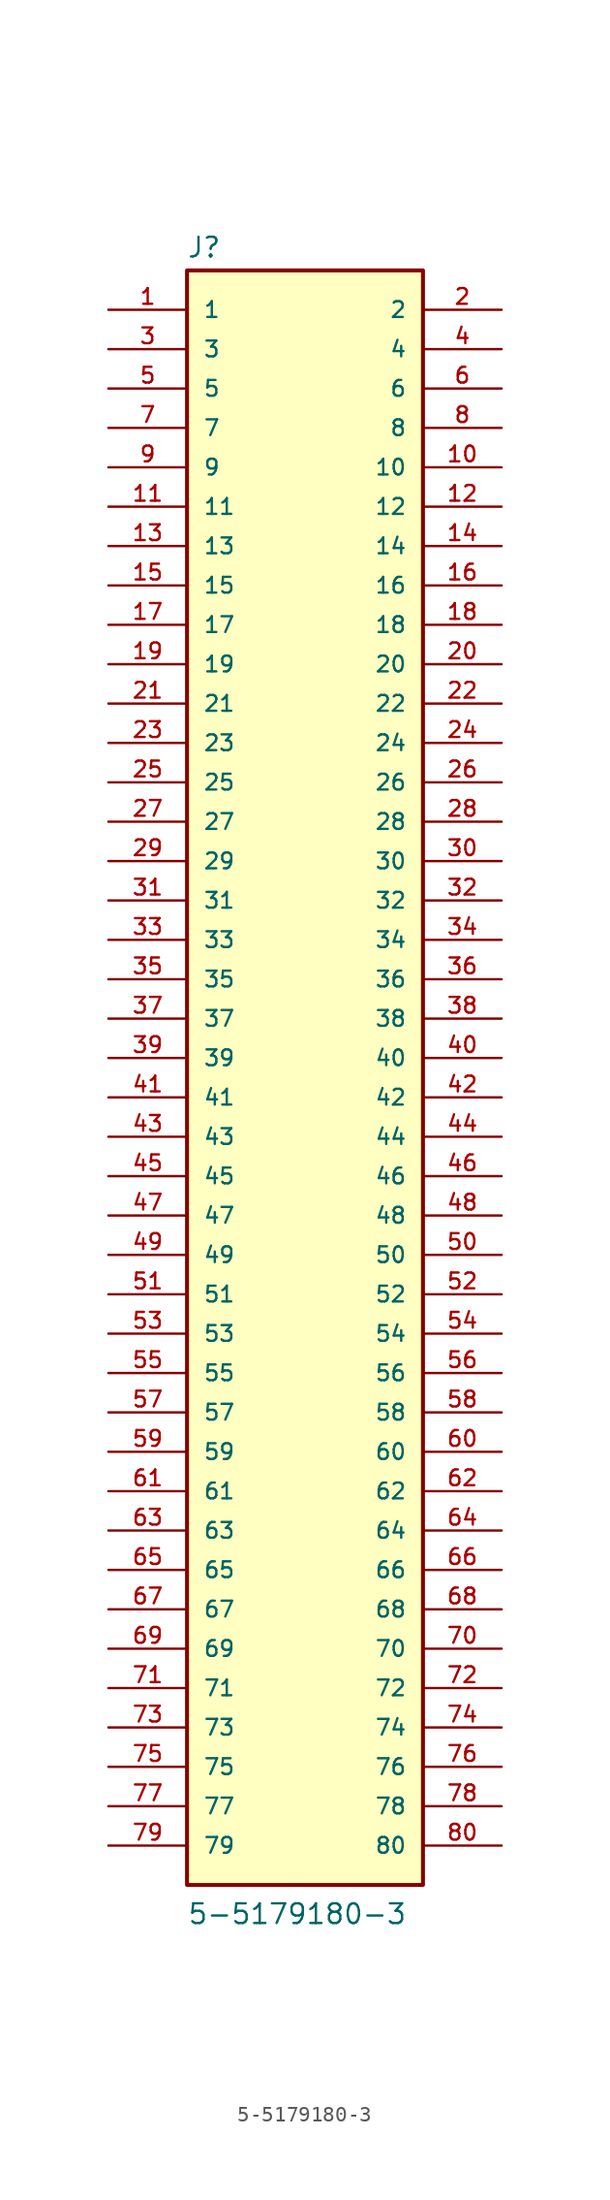
<source format=kicad_sym>
(kicad_symbol_lib
  (version 20211014)
  (generator kicad_symbol_editor)
  (symbol "5-5179180-3"
    (pin_names
      (offset 1.016))
    (property "Reference" "J"
      (at -7.645 54.077 0)
      (effects (font (size 1.27 1.27)) (justify left bottom)))
    (property "Value" "5-5179180-3"
      (at -7.62 -53.416 0)
      (effects (font (size 1.27 1.27)) (justify left bottom)))
    (property "ki_locked" ""
      (at 0 0 0)
      (effects (font (size 1.27 1.27))))
    (symbol "5-5179180-3_0_0"
      (rectangle (start -7.62 -50.8) (end 7.62 53.34) (stroke (width 0.254) (type default) (color 0 0 0 0)) (fill (type background)))
      (pin passive line (at -12.7 50.8 0) (length 5.08) (name "1" (effects (font (size 1.016 1.016)))) (number "1" (effects (font (size 1.016 1.016)))))
      (pin passive line (at 12.7 40.64 180) (length 5.08) (name "10" (effects (font (size 1.016 1.016)))) (number "10" (effects (font (size 1.016 1.016)))))
      (pin passive line (at -12.7 38.1 0) (length 5.08) (name "11" (effects (font (size 1.016 1.016)))) (number "11" (effects (font (size 1.016 1.016)))))
      (pin passive line (at 12.7 38.1 180) (length 5.08) (name "12" (effects (font (size 1.016 1.016)))) (number "12" (effects (font (size 1.016 1.016)))))
      (pin passive line (at -12.7 35.56 0) (length 5.08) (name "13" (effects (font (size 1.016 1.016)))) (number "13" (effects (font (size 1.016 1.016)))))
      (pin passive line (at 12.7 35.56 180) (length 5.08) (name "14" (effects (font (size 1.016 1.016)))) (number "14" (effects (font (size 1.016 1.016)))))
      (pin passive line (at -12.7 33.02 0) (length 5.08) (name "15" (effects (font (size 1.016 1.016)))) (number "15" (effects (font (size 1.016 1.016)))))
      (pin passive line (at 12.7 33.02 180) (length 5.08) (name "16" (effects (font (size 1.016 1.016)))) (number "16" (effects (font (size 1.016 1.016)))))
      (pin passive line (at -12.7 30.48 0) (length 5.08) (name "17" (effects (font (size 1.016 1.016)))) (number "17" (effects (font (size 1.016 1.016)))))
      (pin passive line (at 12.7 30.48 180) (length 5.08) (name "18" (effects (font (size 1.016 1.016)))) (number "18" (effects (font (size 1.016 1.016)))))
      (pin passive line (at -12.7 27.94 0) (length 5.08) (name "19" (effects (font (size 1.016 1.016)))) (number "19" (effects (font (size 1.016 1.016)))))
      (pin passive line (at 12.7 50.8 180) (length 5.08) (name "2" (effects (font (size 1.016 1.016)))) (number "2" (effects (font (size 1.016 1.016)))))
      (pin passive line (at 12.7 27.94 180) (length 5.08) (name "20" (effects (font (size 1.016 1.016)))) (number "20" (effects (font (size 1.016 1.016)))))
      (pin passive line (at -12.7 25.4 0) (length 5.08) (name "21" (effects (font (size 1.016 1.016)))) (number "21" (effects (font (size 1.016 1.016)))))
      (pin passive line (at 12.7 25.4 180) (length 5.08) (name "22" (effects (font (size 1.016 1.016)))) (number "22" (effects (font (size 1.016 1.016)))))
      (pin passive line (at -12.7 22.86 0) (length 5.08) (name "23" (effects (font (size 1.016 1.016)))) (number "23" (effects (font (size 1.016 1.016)))))
      (pin passive line (at 12.7 22.86 180) (length 5.08) (name "24" (effects (font (size 1.016 1.016)))) (number "24" (effects (font (size 1.016 1.016)))))
      (pin passive line (at -12.7 20.32 0) (length 5.08) (name "25" (effects (font (size 1.016 1.016)))) (number "25" (effects (font (size 1.016 1.016)))))
      (pin passive line (at 12.7 20.32 180) (length 5.08) (name "26" (effects (font (size 1.016 1.016)))) (number "26" (effects (font (size 1.016 1.016)))))
      (pin passive line (at -12.7 17.78 0) (length 5.08) (name "27" (effects (font (size 1.016 1.016)))) (number "27" (effects (font (size 1.016 1.016)))))
      (pin passive line (at 12.7 17.78 180) (length 5.08) (name "28" (effects (font (size 1.016 1.016)))) (number "28" (effects (font (size 1.016 1.016)))))
      (pin passive line (at -12.7 15.24 0) (length 5.08) (name "29" (effects (font (size 1.016 1.016)))) (number "29" (effects (font (size 1.016 1.016)))))
      (pin passive line (at -12.7 48.26 0) (length 5.08) (name "3" (effects (font (size 1.016 1.016)))) (number "3" (effects (font (size 1.016 1.016)))))
      (pin passive line (at 12.7 15.24 180) (length 5.08) (name "30" (effects (font (size 1.016 1.016)))) (number "30" (effects (font (size 1.016 1.016)))))
      (pin passive line (at -12.7 12.7 0) (length 5.08) (name "31" (effects (font (size 1.016 1.016)))) (number "31" (effects (font (size 1.016 1.016)))))
      (pin passive line (at 12.7 12.7 180) (length 5.08) (name "32" (effects (font (size 1.016 1.016)))) (number "32" (effects (font (size 1.016 1.016)))))
      (pin passive line (at -12.7 10.16 0) (length 5.08) (name "33" (effects (font (size 1.016 1.016)))) (number "33" (effects (font (size 1.016 1.016)))))
      (pin passive line (at 12.7 10.16 180) (length 5.08) (name "34" (effects (font (size 1.016 1.016)))) (number "34" (effects (font (size 1.016 1.016)))))
      (pin passive line (at -12.7 7.62 0) (length 5.08) (name "35" (effects (font (size 1.016 1.016)))) (number "35" (effects (font (size 1.016 1.016)))))
      (pin passive line (at 12.7 7.62 180) (length 5.08) (name "36" (effects (font (size 1.016 1.016)))) (number "36" (effects (font (size 1.016 1.016)))))
      (pin passive line (at -12.7 5.08 0) (length 5.08) (name "37" (effects (font (size 1.016 1.016)))) (number "37" (effects (font (size 1.016 1.016)))))
      (pin passive line (at 12.7 5.08 180) (length 5.08) (name "38" (effects (font (size 1.016 1.016)))) (number "38" (effects (font (size 1.016 1.016)))))
      (pin passive line (at -12.7 2.54 0) (length 5.08) (name "39" (effects (font (size 1.016 1.016)))) (number "39" (effects (font (size 1.016 1.016)))))
      (pin passive line (at 12.7 48.26 180) (length 5.08) (name "4" (effects (font (size 1.016 1.016)))) (number "4" (effects (font (size 1.016 1.016)))))
      (pin passive line (at 12.7 2.54 180) (length 5.08) (name "40" (effects (font (size 1.016 1.016)))) (number "40" (effects (font (size 1.016 1.016)))))
      (pin passive line (at -12.7 0 0) (length 5.08) (name "41" (effects (font (size 1.016 1.016)))) (number "41" (effects (font (size 1.016 1.016)))))
      (pin passive line (at 12.7 0 180) (length 5.08) (name "42" (effects (font (size 1.016 1.016)))) (number "42" (effects (font (size 1.016 1.016)))))
      (pin passive line (at -12.7 -2.54 0) (length 5.08) (name "43" (effects (font (size 1.016 1.016)))) (number "43" (effects (font (size 1.016 1.016)))))
      (pin passive line (at 12.7 -2.54 180) (length 5.08) (name "44" (effects (font (size 1.016 1.016)))) (number "44" (effects (font (size 1.016 1.016)))))
      (pin passive line (at -12.7 -5.08 0) (length 5.08) (name "45" (effects (font (size 1.016 1.016)))) (number "45" (effects (font (size 1.016 1.016)))))
      (pin passive line (at 12.7 -5.08 180) (length 5.08) (name "46" (effects (font (size 1.016 1.016)))) (number "46" (effects (font (size 1.016 1.016)))))
      (pin passive line (at -12.7 -7.62 0) (length 5.08) (name "47" (effects (font (size 1.016 1.016)))) (number "47" (effects (font (size 1.016 1.016)))))
      (pin passive line (at 12.7 -7.62 180) (length 5.08) (name "48" (effects (font (size 1.016 1.016)))) (number "48" (effects (font (size 1.016 1.016)))))
      (pin passive line (at -12.7 -10.16 0) (length 5.08) (name "49" (effects (font (size 1.016 1.016)))) (number "49" (effects (font (size 1.016 1.016)))))
      (pin passive line (at -12.7 45.72 0) (length 5.08) (name "5" (effects (font (size 1.016 1.016)))) (number "5" (effects (font (size 1.016 1.016)))))
      (pin passive line (at 12.7 -10.16 180) (length 5.08) (name "50" (effects (font (size 1.016 1.016)))) (number "50" (effects (font (size 1.016 1.016)))))
      (pin passive line (at -12.7 -12.7 0) (length 5.08) (name "51" (effects (font (size 1.016 1.016)))) (number "51" (effects (font (size 1.016 1.016)))))
      (pin passive line (at 12.7 -12.7 180) (length 5.08) (name "52" (effects (font (size 1.016 1.016)))) (number "52" (effects (font (size 1.016 1.016)))))
      (pin passive line (at -12.7 -15.24 0) (length 5.08) (name "53" (effects (font (size 1.016 1.016)))) (number "53" (effects (font (size 1.016 1.016)))))
      (pin passive line (at 12.7 -15.24 180) (length 5.08) (name "54" (effects (font (size 1.016 1.016)))) (number "54" (effects (font (size 1.016 1.016)))))
      (pin passive line (at -12.7 -17.78 0) (length 5.08) (name "55" (effects (font (size 1.016 1.016)))) (number "55" (effects (font (size 1.016 1.016)))))
      (pin passive line (at 12.7 -17.78 180) (length 5.08) (name "56" (effects (font (size 1.016 1.016)))) (number "56" (effects (font (size 1.016 1.016)))))
      (pin passive line (at -12.7 -20.32 0) (length 5.08) (name "57" (effects (font (size 1.016 1.016)))) (number "57" (effects (font (size 1.016 1.016)))))
      (pin passive line (at 12.7 -20.32 180) (length 5.08) (name "58" (effects (font (size 1.016 1.016)))) (number "58" (effects (font (size 1.016 1.016)))))
      (pin passive line (at -12.7 -22.86 0) (length 5.08) (name "59" (effects (font (size 1.016 1.016)))) (number "59" (effects (font (size 1.016 1.016)))))
      (pin passive line (at 12.7 45.72 180) (length 5.08) (name "6" (effects (font (size 1.016 1.016)))) (number "6" (effects (font (size 1.016 1.016)))))
      (pin passive line (at 12.7 -22.86 180) (length 5.08) (name "60" (effects (font (size 1.016 1.016)))) (number "60" (effects (font (size 1.016 1.016)))))
      (pin passive line (at -12.7 -25.4 0) (length 5.08) (name "61" (effects (font (size 1.016 1.016)))) (number "61" (effects (font (size 1.016 1.016)))))
      (pin passive line (at 12.7 -25.4 180) (length 5.08) (name "62" (effects (font (size 1.016 1.016)))) (number "62" (effects (font (size 1.016 1.016)))))
      (pin passive line (at -12.7 -27.94 0) (length 5.08) (name "63" (effects (font (size 1.016 1.016)))) (number "63" (effects (font (size 1.016 1.016)))))
      (pin passive line (at 12.7 -27.94 180) (length 5.08) (name "64" (effects (font (size 1.016 1.016)))) (number "64" (effects (font (size 1.016 1.016)))))
      (pin passive line (at -12.7 -30.48 0) (length 5.08) (name "65" (effects (font (size 1.016 1.016)))) (number "65" (effects (font (size 1.016 1.016)))))
      (pin passive line (at 12.7 -30.48 180) (length 5.08) (name "66" (effects (font (size 1.016 1.016)))) (number "66" (effects (font (size 1.016 1.016)))))
      (pin passive line (at -12.7 -33.02 0) (length 5.08) (name "67" (effects (font (size 1.016 1.016)))) (number "67" (effects (font (size 1.016 1.016)))))
      (pin passive line (at 12.7 -33.02 180) (length 5.08) (name "68" (effects (font (size 1.016 1.016)))) (number "68" (effects (font (size 1.016 1.016)))))
      (pin passive line (at -12.7 -35.56 0) (length 5.08) (name "69" (effects (font (size 1.016 1.016)))) (number "69" (effects (font (size 1.016 1.016)))))
      (pin passive line (at -12.7 43.18 0) (length 5.08) (name "7" (effects (font (size 1.016 1.016)))) (number "7" (effects (font (size 1.016 1.016)))))
      (pin passive line (at 12.7 -35.56 180) (length 5.08) (name "70" (effects (font (size 1.016 1.016)))) (number "70" (effects (font (size 1.016 1.016)))))
      (pin passive line (at -12.7 -38.1 0) (length 5.08) (name "71" (effects (font (size 1.016 1.016)))) (number "71" (effects (font (size 1.016 1.016)))))
      (pin passive line (at 12.7 -38.1 180) (length 5.08) (name "72" (effects (font (size 1.016 1.016)))) (number "72" (effects (font (size 1.016 1.016)))))
      (pin passive line (at -12.7 -40.64 0) (length 5.08) (name "73" (effects (font (size 1.016 1.016)))) (number "73" (effects (font (size 1.016 1.016)))))
      (pin passive line (at 12.7 -40.64 180) (length 5.08) (name "74" (effects (font (size 1.016 1.016)))) (number "74" (effects (font (size 1.016 1.016)))))
      (pin passive line (at -12.7 -43.18 0) (length 5.08) (name "75" (effects (font (size 1.016 1.016)))) (number "75" (effects (font (size 1.016 1.016)))))
      (pin passive line (at 12.7 -43.18 180) (length 5.08) (name "76" (effects (font (size 1.016 1.016)))) (number "76" (effects (font (size 1.016 1.016)))))
      (pin passive line (at -12.7 -45.72 0) (length 5.08) (name "77" (effects (font (size 1.016 1.016)))) (number "77" (effects (font (size 1.016 1.016)))))
      (pin passive line (at 12.7 -45.72 180) (length 5.08) (name "78" (effects (font (size 1.016 1.016)))) (number "78" (effects (font (size 1.016 1.016)))))
      (pin passive line (at -12.7 -48.26 0) (length 5.08) (name "79" (effects (font (size 1.016 1.016)))) (number "79" (effects (font (size 1.016 1.016)))))
      (pin passive line (at 12.7 43.18 180) (length 5.08) (name "8" (effects (font (size 1.016 1.016)))) (number "8" (effects (font (size 1.016 1.016)))))
      (pin passive line (at 12.7 -48.26 180) (length 5.08) (name "80" (effects (font (size 1.016 1.016)))) (number "80" (effects (font (size 1.016 1.016)))))
      (pin passive line (at -12.7 40.64 0) (length 5.08) (name "9" (effects (font (size 1.016 1.016)))) (number "9" (effects (font (size 1.016 1.016))))))))
</source>
